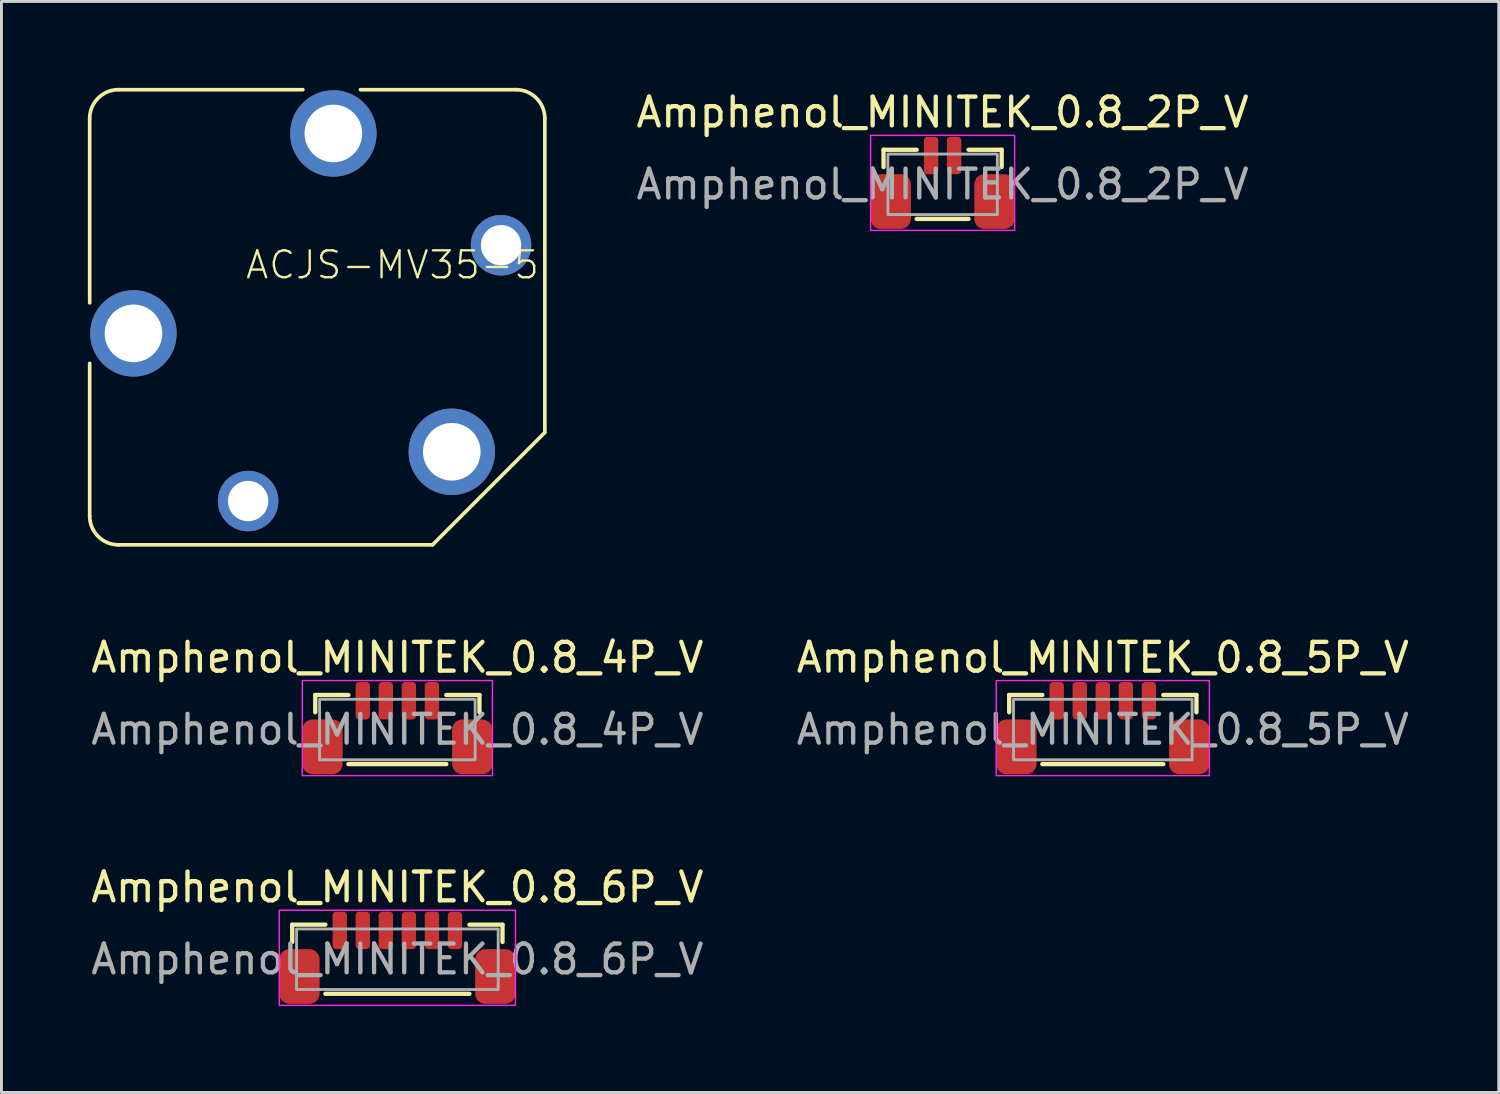
<source format=kicad_pcb>
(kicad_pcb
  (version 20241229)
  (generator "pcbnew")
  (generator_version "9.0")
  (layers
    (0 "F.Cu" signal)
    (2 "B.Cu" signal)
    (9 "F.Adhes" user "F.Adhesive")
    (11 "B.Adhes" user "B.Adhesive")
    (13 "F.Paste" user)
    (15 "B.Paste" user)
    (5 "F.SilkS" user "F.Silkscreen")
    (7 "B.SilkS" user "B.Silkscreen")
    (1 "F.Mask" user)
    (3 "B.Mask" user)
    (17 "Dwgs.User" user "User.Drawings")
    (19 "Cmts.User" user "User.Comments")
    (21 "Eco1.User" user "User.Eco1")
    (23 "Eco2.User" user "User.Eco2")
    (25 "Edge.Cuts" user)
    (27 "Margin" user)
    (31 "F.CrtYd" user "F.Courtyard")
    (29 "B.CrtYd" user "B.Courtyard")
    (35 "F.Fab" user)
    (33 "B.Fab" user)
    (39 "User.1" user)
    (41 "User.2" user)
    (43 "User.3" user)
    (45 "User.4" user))
  (footprint "Amphenol_MINITEK_0.8_5P_V"
    (layer "F.Cu")
    (at 35.232 22.275)
    (property "Reference" "Amphenol_MINITEK_0.8_5P_V" (at 0 -2.5 0) (layer "F.SilkS") (effects (font (size 1 1) (thickness 0.15))))
    (attr smd)
    (fp_line (start -3.25 -1.2) (end -2.1 -1.2) (stroke (width 0.15) (type default)) (layer "F.SilkS"))
    (fp_line (start -3.25 -0.6) (end -3.25 -1.2) (stroke (width 0.15) (type default)) (layer "F.SilkS"))
    (fp_line (start -2.1 1.2) (end 2.1 1.2) (stroke (width 0.15) (type default)) (layer "F.SilkS"))
    (fp_line (start 2.1 -1.2) (end 3.25 -1.2) (stroke (width 0.15) (type default)) (layer "F.SilkS"))
    (fp_line (start 3.25 -1.2) (end 3.25 -0.6) (stroke (width 0.15) (type default)) (layer "F.SilkS"))
    (fp_rect (start -3.7 -1.7) (end 3.7 1.6) (stroke (width 0.05) (type default)) (fill no) (layer "F.CrtYd"))
    (fp_rect (start -3.1 -1.05) (end 3.1 1.05) (stroke (width 0.1) (type default)) (fill no) (layer "F.Fab"))
    (fp_text user "${REFERENCE}" (at 0 0 0) (layer "F.Fab") (effects (font (size 1 1) (thickness 0.15))))
    (pad "1" smd roundrect (at 1.6 -1) (size 0.5 1.3) (layers "F.Cu" "F.Mask" "F.Paste") (roundrect_rratio 0.25))
    (pad "2" smd roundrect (at 0.8 -1) (size 0.5 1.3) (layers "F.Cu" "F.Mask" "F.Paste") (roundrect_rratio 0.25))
    (pad "3" smd roundrect (at 0 -1) (size 0.5 1.3) (layers "F.Cu" "F.Mask" "F.Paste") (roundrect_rratio 0.25))
    (pad "4" smd roundrect (at -0.8 -1) (size 0.5 1.3) (layers "F.Cu" "F.Mask" "F.Paste") (roundrect_rratio 0.25))
    (pad "5" smd roundrect (at -1.6 -1) (size 0.5 1.3) (layers "F.Cu" "F.Mask" "F.Paste") (roundrect_rratio 0.25))
    (pad "M" smd roundrect (at -3 0.6) (size 1.4 1.9) (layers "F.Cu" "F.Mask" "F.Paste") (roundrect_rratio 0.25))
    (pad "M" smd roundrect (at 3 0.6) (size 1.4 1.9) (layers "F.Cu" "F.Mask" "F.Paste") (roundrect_rratio 0.25)))
  (footprint "Amphenol_MINITEK_0.8_2P_V"
    (layer "F.Cu")
    (at 29.671 3.348)
    (property "Reference" "Amphenol_MINITEK_0.8_2P_V" (at 0 -2.5 0) (layer "F.SilkS") (effects (font (size 1 1) (thickness 0.15))))
    (attr smd)
    (fp_line (start -2.05 -1.2) (end -0.9 -1.2) (stroke (width 0.15) (type default)) (layer "F.SilkS"))
    (fp_line (start -2.05 -0.6) (end -2.05 -1.2) (stroke (width 0.15) (type default)) (layer "F.SilkS"))
    (fp_line (start -0.9 1.2) (end 0.9 1.2) (stroke (width 0.15) (type default)) (layer "F.SilkS"))
    (fp_line (start 0.9 -1.2) (end 2.05 -1.2) (stroke (width 0.15) (type default)) (layer "F.SilkS"))
    (fp_line (start 2.05 -1.2) (end 2.05 -0.6) (stroke (width 0.15) (type default)) (layer "F.SilkS"))
    (fp_rect (start -2.5 -1.7) (end 2.5 1.6) (stroke (width 0.05) (type default)) (fill no) (layer "F.CrtYd"))
    (fp_rect (start -1.9 -1.05) (end 1.9 1.05) (stroke (width 0.1) (type default)) (fill no) (layer "F.Fab"))
    (fp_text user "${REFERENCE}" (at 0 0 0) (layer "F.Fab") (effects (font (size 1 1) (thickness 0.15))))
    (pad "1" smd roundrect (at 0.4 -1) (size 0.5 1.3) (layers "F.Cu" "F.Mask" "F.Paste") (roundrect_rratio 0.25))
    (pad "2" smd roundrect (at -0.4 -1) (size 0.5 1.3) (layers "F.Cu" "F.Mask" "F.Paste") (roundrect_rratio 0.25))
    (pad "M" smd roundrect (at -1.8 0.6) (size 1.4 1.9) (layers "F.Cu" "F.Mask" "F.Paste") (roundrect_rratio 0.25))
    (pad "M" smd roundrect (at 1.8 0.6) (size 1.4 1.9) (layers "F.Cu" "F.Mask" "F.Paste") (roundrect_rratio 0.25)))
  (footprint "Amphenol_MINITEK_0.8_4P_V"
    (layer "F.Cu")
    (at 10.744 22.275)
    (property "Reference" "Amphenol_MINITEK_0.8_4P_V" (at 0 -2.5 0) (layer "F.SilkS") (effects (font (size 1 1) (thickness 0.15))))
    (attr smd)
    (fp_line (start -2.85 -1.2) (end -1.7 -1.2) (stroke (width 0.15) (type default)) (layer "F.SilkS"))
    (fp_line (start -2.85 -0.6) (end -2.85 -1.2) (stroke (width 0.15) (type default)) (layer "F.SilkS"))
    (fp_line (start -1.7 1.2) (end 1.7 1.2) (stroke (width 0.15) (type default)) (layer "F.SilkS"))
    (fp_line (start 1.7 -1.2) (end 2.85 -1.2) (stroke (width 0.15) (type default)) (layer "F.SilkS"))
    (fp_line (start 2.85 -1.2) (end 2.85 -0.6) (stroke (width 0.15) (type default)) (layer "F.SilkS"))
    (fp_rect (start -3.3 -1.7) (end 3.3 1.6) (stroke (width 0.05) (type default)) (fill no) (layer "F.CrtYd"))
    (fp_rect (start -2.7 -1.05) (end 2.7 1.05) (stroke (width 0.1) (type default)) (fill no) (layer "F.Fab"))
    (fp_text user "${REFERENCE}" (at 0 0 0) (layer "F.Fab") (effects (font (size 1 1) (thickness 0.15))))
    (pad "1" smd roundrect (at 1.2 -1) (size 0.5 1.3) (layers "F.Cu" "F.Mask" "F.Paste") (roundrect_rratio 0.25))
    (pad "2" smd roundrect (at 0.4 -1) (size 0.5 1.3) (layers "F.Cu" "F.Mask" "F.Paste") (roundrect_rratio 0.25))
    (pad "3" smd roundrect (at -0.4 -1) (size 0.5 1.3) (layers "F.Cu" "F.Mask" "F.Paste") (roundrect_rratio 0.25))
    (pad "4" smd roundrect (at -1.2 -1) (size 0.5 1.3) (layers "F.Cu" "F.Mask" "F.Paste") (roundrect_rratio 0.25))
    (pad "M" smd roundrect (at -2.6 0.6) (size 1.4 1.9) (layers "F.Cu" "F.Mask" "F.Paste") (roundrect_rratio 0.25))
    (pad "M" smd roundrect (at 2.6 0.6) (size 1.4 1.9) (layers "F.Cu" "F.Mask" "F.Paste") (roundrect_rratio 0.25)))
  (footprint "Amphenol_MINITEK_0.8_6P_V"
    (layer "F.Cu")
    (at 10.744 30.248)
    (property "Reference" "Amphenol_MINITEK_0.8_6P_V" (at 0 -2.5 0) (layer "F.SilkS") (effects (font (size 1 1) (thickness 0.15))))
    (attr smd)
    (fp_line (start -3.65 -1.2) (end -2.5 -1.2) (stroke (width 0.15) (type default)) (layer "F.SilkS"))
    (fp_line (start -3.65 -0.6) (end -3.65 -1.2) (stroke (width 0.15) (type default)) (layer "F.SilkS"))
    (fp_line (start -2.5 1.2) (end 2.5 1.2) (stroke (width 0.15) (type default)) (layer "F.SilkS"))
    (fp_line (start 2.5 -1.2) (end 3.65 -1.2) (stroke (width 0.15) (type default)) (layer "F.SilkS"))
    (fp_line (start 3.65 -1.2) (end 3.65 -0.6) (stroke (width 0.15) (type default)) (layer "F.SilkS"))
    (fp_rect (start -4.1 -1.7) (end 4.1 1.6) (stroke (width 0.05) (type default)) (fill no) (layer "F.CrtYd"))
    (fp_rect (start -3.5 -1.05) (end 3.5 1.05) (stroke (width 0.1) (type default)) (fill no) (layer "F.Fab"))
    (fp_text user "${REFERENCE}" (at 0 0 0) (layer "F.Fab") (effects (font (size 1 1) (thickness 0.15))))
    (pad "1" smd roundrect (at 2 -1) (size 0.5 1.3) (layers "F.Cu" "F.Mask" "F.Paste") (roundrect_rratio 0.25))
    (pad "2" smd roundrect (at 1.2 -1) (size 0.5 1.3) (layers "F.Cu" "F.Mask" "F.Paste") (roundrect_rratio 0.25))
    (pad "3" smd roundrect (at 0.4 -1) (size 0.5 1.3) (layers "F.Cu" "F.Mask" "F.Paste") (roundrect_rratio 0.25))
    (pad "4" smd roundrect (at -0.4 -1) (size 0.5 1.3) (layers "F.Cu" "F.Mask" "F.Paste") (roundrect_rratio 0.25))
    (pad "5" smd roundrect (at -1.2 -1) (size 0.5 1.3) (layers "F.Cu" "F.Mask" "F.Paste") (roundrect_rratio 0.25))
    (pad "6" smd roundrect (at -2 -1) (size 0.5 1.3) (layers "F.Cu" "F.Mask" "F.Paste") (roundrect_rratio 0.25))
    (pad "M" smd roundrect (at -3.4 0.6) (size 1.4 1.9) (layers "F.Cu" "F.Mask" "F.Paste") (roundrect_rratio 0.25))
    (pad "M" smd roundrect (at 3.4 0.6) (size 1.4 1.9) (layers "F.Cu" "F.Mask" "F.Paste") (roundrect_rratio 0.25)))
  (footprint "ACJS-MV35-5"
    (layer "F.Cu")
    (at 7.963 7.963)
    (property "Reference" "ACJS-MV35-5" (at -2.54 -1.27 0) (layer "F.SilkS") (effects (font (size 0.935 0.935) (thickness 0.081)) (justify left bottom)))
    (fp_line (start -7.9 -0.5) (end -7.9 -6.9) (stroke (width 0.127) (type solid)) (layer "F.SilkS"))
    (fp_line (start -7.9 6.9) (end -7.9 1.6) (stroke (width 0.127) (type solid)) (layer "F.SilkS"))
    (fp_line (start -6.9 -7.9) (end -0.5 -7.9) (stroke (width 0.127) (type solid)) (layer "F.SilkS"))
    (fp_line (start 4 7.9) (end -6.9 7.9) (stroke (width 0.127) (type solid)) (layer "F.SilkS"))
    (fp_line (start 6.9 -7.9) (end 1.5 -7.9) (stroke (width 0.127) (type solid)) (layer "F.SilkS"))
    (fp_line (start 7.9 4) (end 4 7.9) (stroke (width 0.127) (type solid)) (layer "F.SilkS"))
    (fp_line (start 7.9 4) (end 7.9 -6.9) (stroke (width 0.127) (type solid)) (layer "F.SilkS"))
    (fp_arc (start -7.9 -6.9) (mid -7.607107 -7.607107) (end -6.9 -7.9) (stroke (width 0.127) (type solid)) (layer "F.SilkS"))
    (fp_arc (start -6.9 7.9) (mid -7.607107 7.607107) (end -7.9 6.9) (stroke (width 0.127) (type solid)) (layer "F.SilkS"))
    (fp_arc (start 6.9 -7.9) (mid 7.607107 -7.607107) (end 7.9 -6.9) (stroke (width 0.127) (type solid)) (layer "F.SilkS"))
    (pad "1" thru_hole circle (at 4.67 4.67) (size 3 3) (drill 2) (layers "*.Cu" "*.Mask"))
    (pad "2" thru_hole circle (at -2.4 6.38) (size 2.1 2.1) (drill 1.4) (layers "*.Cu" "*.Mask"))
    (pad "3" thru_hole circle (at -6.38 0.56) (size 3 3) (drill 2) (layers "*.Cu" "*.Mask"))
    (pad "4" thru_hole circle (at 0.56 -6.38) (size 3 3) (drill 2) (layers "*.Cu" "*.Mask"))
    (pad "5" thru_hole circle (at 6.38 -2.5) (size 2.1 2.1) (drill 1.4) (layers "*.Cu" "*.Mask")))
  (gr_rect
    (start -3 -3)
    (end 48.976 34.873)
    (stroke (width 0.1) (type default))
    (fill no)
    (layer "Edge.Cuts")))
</source>
